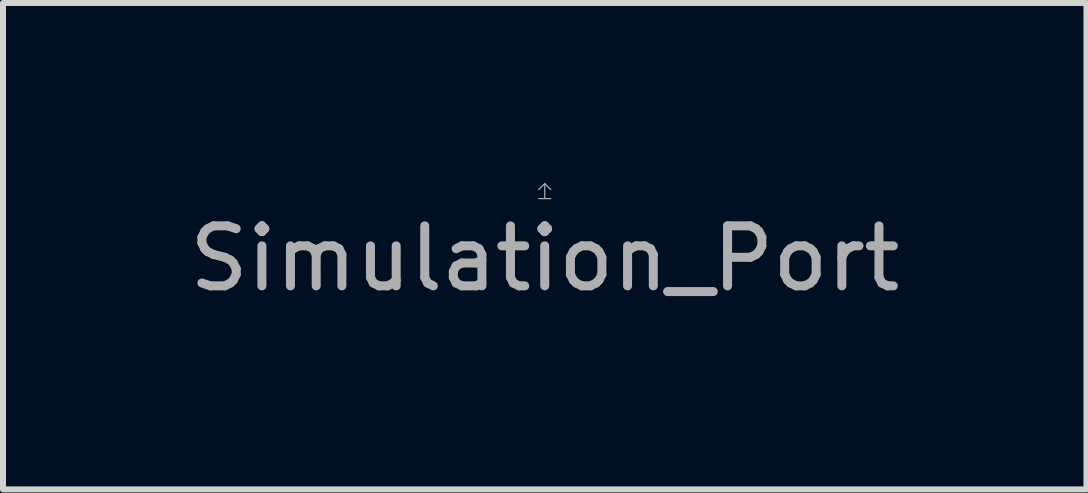
<source format=kicad_pcb>
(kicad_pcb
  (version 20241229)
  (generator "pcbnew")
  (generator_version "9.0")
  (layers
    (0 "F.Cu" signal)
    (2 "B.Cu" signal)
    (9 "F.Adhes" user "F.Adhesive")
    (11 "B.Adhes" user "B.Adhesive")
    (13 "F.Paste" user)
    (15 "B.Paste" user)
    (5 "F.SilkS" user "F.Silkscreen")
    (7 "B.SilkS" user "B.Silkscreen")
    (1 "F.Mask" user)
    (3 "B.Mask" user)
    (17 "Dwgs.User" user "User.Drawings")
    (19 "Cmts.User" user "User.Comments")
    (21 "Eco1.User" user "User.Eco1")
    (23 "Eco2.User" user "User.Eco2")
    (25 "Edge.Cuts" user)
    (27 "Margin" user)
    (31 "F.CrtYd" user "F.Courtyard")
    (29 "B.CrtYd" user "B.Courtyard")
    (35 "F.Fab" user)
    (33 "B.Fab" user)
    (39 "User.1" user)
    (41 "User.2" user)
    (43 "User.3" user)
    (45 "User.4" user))
  (footprint "Simulation_Port"
    (layer "F.Cu")
    (at 6.03 0.26)
    (property "Reference" "Simulation_Port" (at 0 1 0) (unlocked yes) (layer "F.Fab") (effects (font (size 1 1) (thickness 0.15))))
    (attr board_only exclude_from_pos_files exclude_from_bom)
    (fp_line (start -0.1 0) (end 0.1 0) (stroke (width 0.02) (type solid)) (layer "F.Fab"))
    (fp_line (start 0 -0.25) (end -0.1 -0.15) (stroke (width 0.02) (type solid)) (layer "F.Fab"))
    (fp_line (start 0 -0.25) (end 0.1 -0.15) (stroke (width 0.02) (type solid)) (layer "F.Fab"))
    (fp_line (start 0 0) (end 0 -0.25) (stroke (width 0.02) (type solid)) (layer "F.Fab")))
  (gr_rect
    (start -3 -3)
    (end 15.06 5.108)
    (stroke (width 0.1) (type default))
    (fill no)
    (layer "Edge.Cuts")))
</source>
